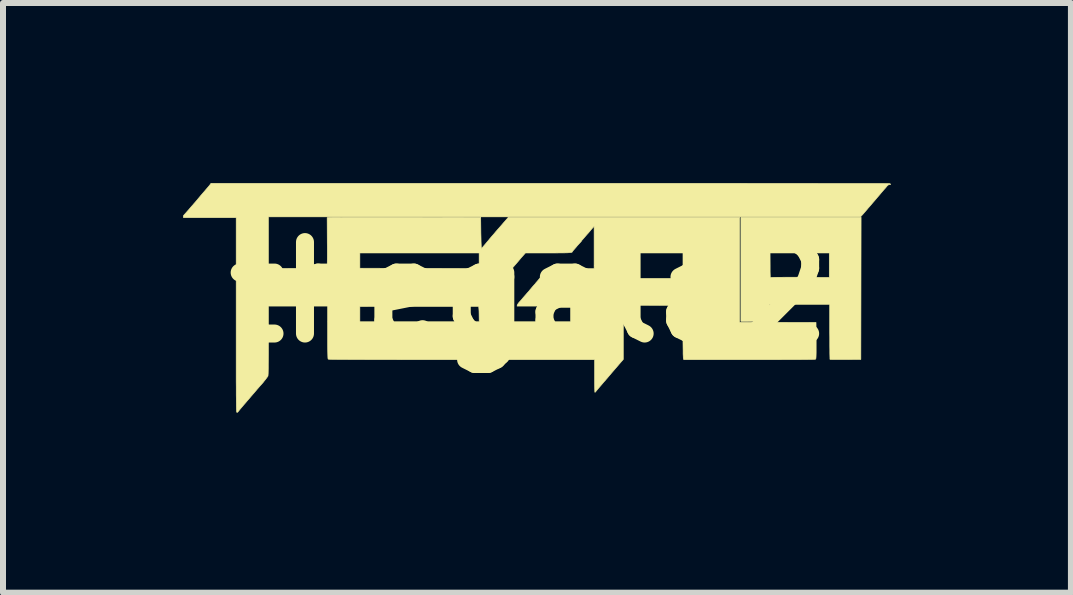
<source format=kicad_pcb>
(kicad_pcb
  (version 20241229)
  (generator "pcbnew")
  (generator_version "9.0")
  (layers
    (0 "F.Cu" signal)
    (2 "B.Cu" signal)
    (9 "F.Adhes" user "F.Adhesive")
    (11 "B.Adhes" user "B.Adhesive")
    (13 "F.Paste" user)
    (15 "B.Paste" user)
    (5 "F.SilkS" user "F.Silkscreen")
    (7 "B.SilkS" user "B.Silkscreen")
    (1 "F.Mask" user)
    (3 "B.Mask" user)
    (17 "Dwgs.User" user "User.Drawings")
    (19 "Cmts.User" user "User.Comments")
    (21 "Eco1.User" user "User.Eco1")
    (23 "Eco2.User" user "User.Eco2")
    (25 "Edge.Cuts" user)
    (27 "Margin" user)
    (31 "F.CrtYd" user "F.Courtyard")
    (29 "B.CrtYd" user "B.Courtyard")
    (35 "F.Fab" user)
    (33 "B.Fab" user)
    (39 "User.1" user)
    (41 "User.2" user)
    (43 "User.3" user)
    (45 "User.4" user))
  (footprint "thegala2"
    (layer "F.Cu")
    (at 5.77 1.819)
    (property "Reference" "thegala2" (at 0 0 0) (layer "F.SilkS") (effects (font (size 1.524 1.524) (thickness 0.3))))
    (attr through_hole)
    (fp_poly (pts (xy 5.528 -0.064) (xy 5.526 1.121) (xy 5.272 1.123) (xy 5.212 1.123) (xy 5.158 1.123) (xy 5.109 1.123) (xy 5.069 1.123) (xy 5.038 1.122) (xy 5.019 1.121) (xy 5.012 1.12) (xy 5.011 1.112) (xy 5.011 1.091) (xy 5.01 1.058) (xy 5.009 1.014) (xy 5.009 0.96) (xy 5.008 0.898) (xy 5.008 0.829) (xy 5.008 0.755) (xy 5.007 0.675) (xy 5.007 0.659) (xy 5.007 0.203) (xy 4.006 0.203) (xy 4.002 0.483) (xy 3.765 0.485) (xy 3.527 0.486) (xy 3.527 -0.653) (xy 4.013 -0.653) (xy 4.014 -0.445) (xy 4.014 -0.392) (xy 4.014 -0.344) (xy 4.015 -0.304) (xy 4.016 -0.272) (xy 4.016 -0.252) (xy 4.017 -0.243) (xy 4.017 -0.243) (xy 4.025 -0.245) (xy 4.048 -0.246) (xy 4.084 -0.247) (xy 4.135 -0.248) (xy 4.199 -0.248) (xy 4.277 -0.249) (xy 4.369 -0.249) (xy 4.474 -0.249) (xy 4.51 -0.248) (xy 5 -0.246) (xy 5 -0.653) (xy 4.013 -0.653) (xy 3.527 -0.653) (xy 3.527 -1.248) (xy 5.53 -1.248) (xy 5.528 -0.064)) (stroke (width 0.01) (type solid)) (fill yes) (layer "F.SilkS"))
    (fp_poly (pts (xy 0.623 -1.814) (xy 0.905 -1.814) (xy 1.184 -1.814) (xy 1.458 -1.814) (xy 1.728 -1.814) (xy 1.992 -1.814) (xy 2.252 -1.814) (xy 2.506 -1.814) (xy 2.753 -1.814) (xy 2.995 -1.814) (xy 3.23 -1.814) (xy 3.458 -1.814) (xy 3.678 -1.813) (xy 3.891 -1.813) (xy 4.095 -1.813) (xy 4.292 -1.813) (xy 4.479 -1.813) (xy 4.657 -1.813) (xy 4.826 -1.812) (xy 4.985 -1.812) (xy 5.134 -1.812) (xy 5.272 -1.812) (xy 5.4 -1.812) (xy 5.516 -1.812) (xy 5.621 -1.811) (xy 5.713 -1.811) (xy 5.794 -1.811) (xy 5.861 -1.811) (xy 5.916 -1.811) (xy 5.958 -1.81) (xy 5.986 -1.81) (xy 5.999 -1.81) (xy 6.001 -1.81) (xy 6.018 -1.804) (xy 6.023 -1.798) (xy 6.014 -1.793) (xy 6.003 -1.793) (xy 5.985 -1.788) (xy 5.966 -1.772) (xy 5.96 -1.765) (xy 5.944 -1.745) (xy 5.929 -1.728) (xy 5.924 -1.723) (xy 5.874 -1.665) (xy 5.832 -1.615) (xy 5.795 -1.572) (xy 5.791 -1.567) (xy 5.776 -1.549) (xy 5.763 -1.534) (xy 5.759 -1.529) (xy 5.751 -1.52) (xy 5.736 -1.503) (xy 5.717 -1.481) (xy 5.708 -1.47) (xy 5.688 -1.446) (xy 5.671 -1.427) (xy 5.66 -1.414) (xy 5.657 -1.411) (xy 5.649 -1.402) (xy 5.635 -1.385) (xy 5.617 -1.364) (xy 5.617 -1.364) (xy 5.594 -1.337) (xy 5.569 -1.308) (xy 5.553 -1.29) (xy 5.521 -1.255) (xy -4.347 -1.255) (xy -4.347 -0.396) (xy -3.863 -0.397) (xy -3.78 -0.398) (xy -3.702 -0.398) (xy -3.629 -0.398) (xy -3.562 -0.398) (xy -3.504 -0.399) (xy -3.455 -0.399) (xy -3.416 -0.399) (xy -3.388 -0.399) (xy -3.373 -0.399) (xy -3.371 -0.399) (xy -3.369 -0.406) (xy -3.368 -0.428) (xy -3.367 -0.464) (xy -3.366 -0.514) (xy -3.365 -0.578) (xy -3.365 -0.653) (xy -2.823 -0.653) (xy -2.823 -0.399) (xy -1.834 -0.397) (xy -1.716 -0.397) (xy -1.601 -0.397) (xy -1.491 -0.397) (xy -1.387 -0.396) (xy -1.289 -0.396) (xy -1.199 -0.396) (xy -1.117 -0.395) (xy -1.044 -0.395) (xy -0.98 -0.395) (xy -0.928 -0.395) (xy -0.887 -0.394) (xy -0.858 -0.394) (xy -0.843 -0.394) (xy -0.84 -0.394) (xy -0.838 -0.4) (xy -0.837 -0.419) (xy -0.836 -0.447) (xy -0.835 -0.483) (xy -0.835 -0.523) (xy -0.835 -0.653) (xy -2.823 -0.653) (xy -3.365 -0.653) (xy -3.365 -0.655) (xy -3.365 -0.747) (xy -3.366 -0.82) (xy -3.368 -1.24) (xy -3.337 -1.244) (xy -3.326 -1.245) (xy -3.302 -1.245) (xy -3.265 -1.246) (xy -3.215 -1.246) (xy -3.154 -1.246) (xy -3.083 -1.247) (xy -3.001 -1.247) (xy -2.911 -1.247) (xy -2.812 -1.247) (xy -2.705 -1.247) (xy -2.591 -1.247) (xy -2.472 -1.247) (xy -2.347 -1.247) (xy -2.217 -1.247) (xy -2.084 -1.247) (xy -2.057 -1.247) (xy -0.809 -1.245) (xy -0.806 -0.98) (xy -0.804 -0.903) (xy -0.803 -0.84) (xy -0.801 -0.792) (xy -0.8 -0.757) (xy -0.798 -0.735) (xy -0.796 -0.726) (xy -0.795 -0.727) (xy -0.786 -0.738) (xy -0.771 -0.756) (xy -0.758 -0.771) (xy -0.74 -0.792) (xy -0.723 -0.812) (xy -0.715 -0.822) (xy -0.7 -0.84) (xy -0.677 -0.867) (xy -0.651 -0.899) (xy -0.622 -0.933) (xy -0.606 -0.951) (xy -0.586 -0.974) (xy -0.562 -1.003) (xy -0.541 -1.027) (xy -0.523 -1.048) (xy -0.498 -1.076) (xy -0.469 -1.109) (xy -0.439 -1.144) (xy -0.426 -1.159) (xy -0.348 -1.248) (xy 3.505 -1.248) (xy 3.505 0.501) (xy 4.142 0.503) (xy 4.779 0.504) (xy 4.781 0.805) (xy 4.781 0.886) (xy 4.781 0.954) (xy 4.781 1.009) (xy 4.78 1.052) (xy 4.779 1.083) (xy 4.777 1.103) (xy 4.775 1.114) (xy 4.774 1.115) (xy 4.771 1.116) (xy 4.764 1.118) (xy 4.753 1.119) (xy 4.736 1.12) (xy 4.713 1.121) (xy 4.683 1.121) (xy 4.646 1.122) (xy 4.602 1.123) (xy 4.549 1.123) (xy 4.486 1.124) (xy 4.414 1.124) (xy 4.332 1.124) (xy 4.239 1.124) (xy 4.133 1.125) (xy 4.016 1.125) (xy 3.886 1.125) (xy 3.742 1.125) (xy 3.671 1.125) (xy 2.576 1.125) (xy 2.569 1.106) (xy 2.567 1.094) (xy 2.566 1.069) (xy 2.564 1.03) (xy 2.564 0.978) (xy 2.563 0.915) (xy 2.562 0.84) (xy 2.562 0.754) (xy 2.562 0.658) (xy 2.562 0.654) (xy 2.562 0.221) (xy 2.065 0.219) (xy 1.568 0.218) (xy 1.567 0.669) (xy 1.567 1.121) (xy 1.501 1.197) (xy 1.459 1.246) (xy 1.417 1.295) (xy 1.376 1.342) (xy 1.339 1.386) (xy 1.306 1.425) (xy 1.279 1.456) (xy 1.26 1.479) (xy 1.258 1.48) (xy 1.247 1.493) (xy 1.229 1.514) (xy 1.207 1.54) (xy 1.186 1.564) (xy 1.163 1.591) (xy 1.141 1.617) (xy 1.124 1.638) (xy 1.115 1.649) (xy 1.104 1.663) (xy 1.095 1.669) (xy 1.094 1.669) (xy 1.093 1.662) (xy 1.092 1.642) (xy 1.091 1.611) (xy 1.09 1.57) (xy 1.089 1.521) (xy 1.089 1.465) (xy 1.089 1.404) (xy 1.089 1.397) (xy 1.089 1.125) (xy -1.127 1.125) (xy -1.35 1.125) (xy -1.558 1.125) (xy -1.753 1.125) (xy -1.935 1.125) (xy -2.103 1.125) (xy -2.259 1.124) (xy -2.403 1.124) (xy -2.534 1.124) (xy -2.655 1.124) (xy -2.764 1.123) (xy -2.863 1.123) (xy -2.951 1.123) (xy -3.029 1.122) (xy -3.098 1.122) (xy -3.158 1.121) (xy -3.208 1.121) (xy -3.251 1.12) (xy -3.285 1.12) (xy -3.312 1.119) (xy -3.332 1.118) (xy -3.344 1.117) (xy -3.351 1.116) (xy -3.351 1.116) (xy -3.353 1.111) (xy -3.355 1.098) (xy -3.356 1.076) (xy -3.357 1.046) (xy -3.358 1.005) (xy -3.359 0.954) (xy -3.36 0.891) (xy -3.36 0.815) (xy -3.36 0.727) (xy -3.36 0.67) (xy -3.36 0.239) (xy -2.823 0.239) (xy -2.823 0.493) (xy -0.834 0.493) (xy -0.305 0.493) (xy 0.689 0.493) (xy 0.689 0.232) (xy -0.203 0.232) (xy -0.199 0.214) (xy -0.191 0.198) (xy -0.177 0.179) (xy -0.168 0.168) (xy -0.147 0.145) (xy -0.124 0.119) (xy -0.116 0.109) (xy -0.097 0.086) (xy -0.074 0.06) (xy -0.058 0.042) (xy -0.041 0.022) (xy -0.028 0.007) (xy -0.015 -0.007) (xy 0.000249 -0.025) (xy 0.021 -0.051) (xy 0.022 -0.051) (xy 0.037 -0.07) (xy 0.05 -0.084) (xy 0.054 -0.09) (xy 0.07 -0.108) (xy 0.091 -0.131) (xy 0.112 -0.157) (xy 0.133 -0.181) (xy 0.149 -0.2) (xy 0.157 -0.21) (xy 0.172 -0.228) (xy 0.185 -0.242) (xy 0.197 -0.256) (xy 0.215 -0.276) (xy 0.233 -0.298) (xy 0.255 -0.323) (xy 0.277 -0.348) (xy 0.293 -0.365) (xy 0.318 -0.392) (xy 1.081 -0.392) (xy 1.081 -0.653) (xy 1.568 -0.653) (xy 1.568 -0.444) (xy 1.568 -0.39) (xy 1.568 -0.342) (xy 1.568 -0.3) (xy 1.569 -0.266) (xy 1.57 -0.243) (xy 1.57 -0.232) (xy 1.571 -0.232) (xy 1.578 -0.231) (xy 1.599 -0.231) (xy 1.632 -0.23) (xy 1.676 -0.23) (xy 1.73 -0.229) (xy 1.792 -0.229) (xy 1.862 -0.229) (xy 1.938 -0.229) (xy 2.019 -0.229) (xy 2.068 -0.229) (xy 2.562 -0.229) (xy 2.562 -0.653) (xy 1.568 -0.653) (xy 1.081 -0.653) (xy 1.081 -1.099) (xy 1.058 -1.073) (xy 1.039 -1.051) (xy 1.021 -1.03) (xy 1.017 -1.024) (xy 1 -1.004) (xy 0.981 -0.982) (xy 0.977 -0.978) (xy 0.96 -0.959) (xy 0.939 -0.935) (xy 0.922 -0.915) (xy 0.904 -0.894) (xy 0.889 -0.877) (xy 0.88 -0.867) (xy 0.872 -0.857) (xy 0.871 -0.853) (xy 0.866 -0.846) (xy 0.854 -0.832) (xy 0.841 -0.818) (xy 0.82 -0.795) (xy 0.798 -0.771) (xy 0.789 -0.759) (xy 0.769 -0.736) (xy 0.748 -0.712) (xy 0.742 -0.705) (xy 0.728 -0.689) (xy 0.72 -0.678) (xy 0.718 -0.675) (xy 0.717 -0.67) (xy 0.712 -0.666) (xy 0.703 -0.663) (xy 0.688 -0.66) (xy 0.666 -0.658) (xy 0.636 -0.656) (xy 0.598 -0.655) (xy 0.55 -0.654) (xy 0.49 -0.654) (xy 0.419 -0.653) (xy 0.335 -0.653) (xy 0.309 -0.653) (xy -0.064 -0.653) (xy -0.095 -0.618) (xy -0.117 -0.593) (xy -0.14 -0.567) (xy -0.152 -0.552) (xy -0.174 -0.526) (xy -0.189 -0.508) (xy -0.204 -0.491) (xy -0.22 -0.472) (xy -0.234 -0.456) (xy -0.254 -0.433) (xy -0.273 -0.411) (xy -0.286 -0.396) (xy -0.305 -0.374) (xy -0.305 0.493) (xy -0.834 0.493) (xy -0.836 0.365) (xy -0.837 0.316) (xy -0.839 0.28) (xy -0.841 0.256) (xy -0.843 0.242) (xy -0.846 0.237) (xy -0.847 0.237) (xy -0.855 0.237) (xy -0.877 0.237) (xy -0.912 0.237) (xy -0.959 0.237) (xy -1.017 0.237) (xy -1.085 0.237) (xy -1.162 0.237) (xy -1.248 0.238) (xy -1.342 0.238) (xy -1.443 0.238) (xy -1.55 0.238) (xy -1.662 0.238) (xy -1.779 0.238) (xy -1.84 0.238) (xy -2.823 0.239) (xy -3.36 0.239) (xy -3.36 0.232) (xy -4.347 0.232) (xy -4.347 0.805) (xy -4.347 0.922) (xy -4.347 1.026) (xy -4.348 1.118) (xy -4.349 1.198) (xy -4.349 1.265) (xy -4.35 1.319) (xy -4.351 1.359) (xy -4.353 1.385) (xy -4.354 1.397) (xy -4.354 1.397) (xy -4.361 1.408) (xy -4.375 1.427) (xy -4.393 1.452) (xy -4.415 1.479) (xy -4.436 1.506) (xy -4.456 1.529) (xy -4.472 1.547) (xy -4.478 1.553) (xy -4.484 1.56) (xy -4.497 1.575) (xy -4.516 1.597) (xy -4.54 1.624) (xy -4.547 1.633) (xy -4.571 1.661) (xy -4.592 1.686) (xy -4.609 1.705) (xy -4.618 1.716) (xy -4.619 1.717) (xy -4.627 1.726) (xy -4.642 1.743) (xy -4.659 1.764) (xy -4.675 1.783) (xy -4.699 1.81) (xy -4.726 1.842) (xy -4.756 1.876) (xy -4.771 1.894) (xy -4.797 1.925) (xy -4.82 1.952) (xy -4.838 1.974) (xy -4.85 1.989) (xy -4.853 1.994) (xy -4.862 2.002) (xy -4.87 2.003) (xy -4.872 2.003) (xy -4.873 2.002) (xy -4.875 1.999) (xy -4.876 1.994) (xy -4.877 1.987) (xy -4.878 1.977) (xy -4.879 1.963) (xy -4.88 1.945) (xy -4.88 1.922) (xy -4.881 1.893) (xy -4.881 1.859) (xy -4.882 1.818) (xy -4.882 1.77) (xy -4.883 1.714) (xy -4.883 1.651) (xy -4.883 1.578) (xy -4.884 1.496) (xy -4.884 1.405) (xy -4.884 1.303) (xy -4.884 1.19) (xy -4.884 1.065) (xy -4.884 0.929) (xy -4.884 0.78) (xy -4.884 0.617) (xy -4.884 0.441) (xy -4.884 -1.241) (xy -5.76 -1.241) (xy -5.765 -1.257) (xy -5.763 -1.274) (xy -5.75 -1.291) (xy -5.736 -1.306) (xy -5.717 -1.327) (xy -5.696 -1.351) (xy -5.694 -1.353) (xy -5.672 -1.378) (xy -5.646 -1.409) (xy -5.618 -1.441) (xy -5.606 -1.454) (xy -5.585 -1.479) (xy -5.567 -1.499) (xy -5.556 -1.512) (xy -5.552 -1.517) (xy -5.546 -1.524) (xy -5.533 -1.539) (xy -5.517 -1.559) (xy -5.516 -1.56) (xy -5.495 -1.585) (xy -5.47 -1.615) (xy -5.444 -1.645) (xy -5.439 -1.651) (xy -5.417 -1.676) (xy -5.398 -1.698) (xy -5.384 -1.715) (xy -5.38 -1.719) (xy -5.366 -1.736) (xy -5.349 -1.755) (xy -5.346 -1.759) (xy -5.33 -1.778) (xy -5.317 -1.795) (xy -5.315 -1.798) (xy -5.303 -1.814) (xy 0.337 -1.814) (xy 0.623 -1.814)) (stroke (width 0.01) (type solid)) (fill yes) (layer "F.SilkS")))
  (gr_rect
    (start -3 -3)
    (end 14.797 6.827)
    (stroke (width 0.1) (type default))
    (fill no)
    (layer "Edge.Cuts")))
</source>
